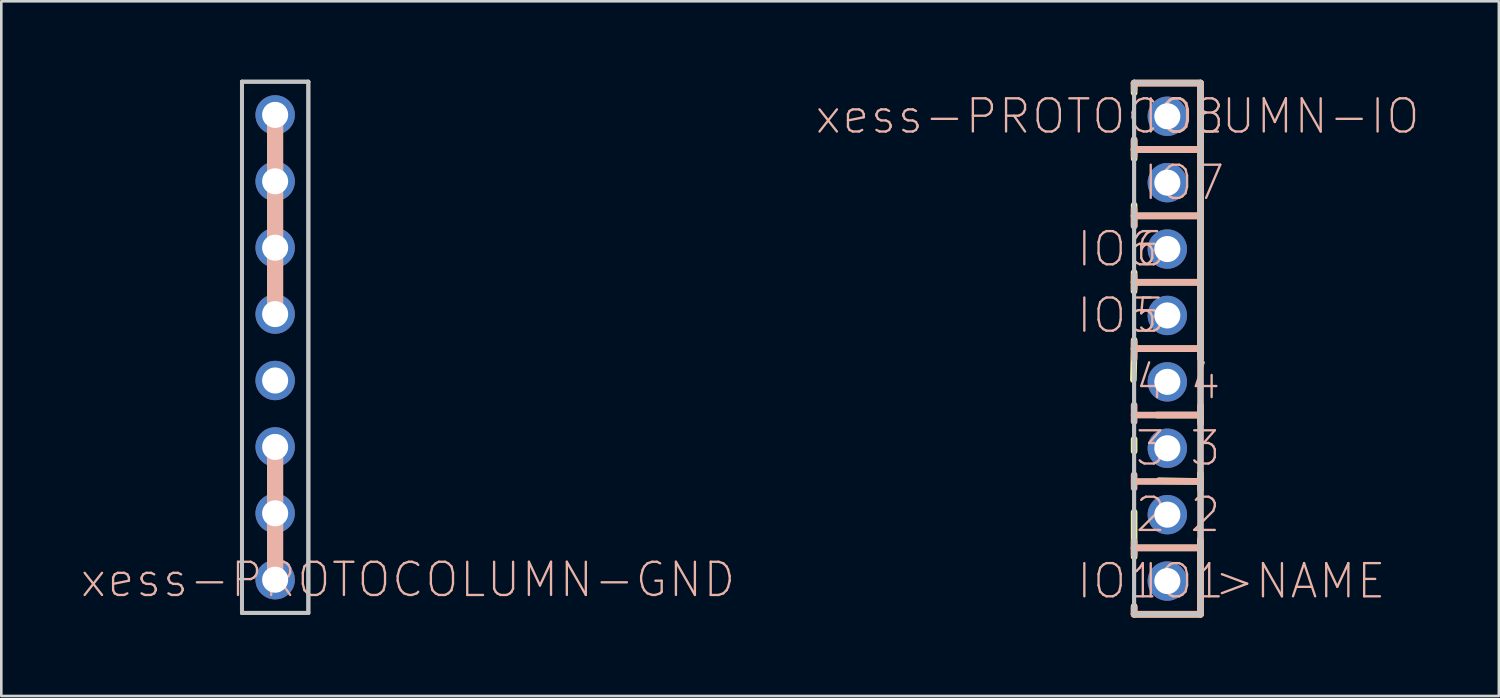
<source format=kicad_pcb>
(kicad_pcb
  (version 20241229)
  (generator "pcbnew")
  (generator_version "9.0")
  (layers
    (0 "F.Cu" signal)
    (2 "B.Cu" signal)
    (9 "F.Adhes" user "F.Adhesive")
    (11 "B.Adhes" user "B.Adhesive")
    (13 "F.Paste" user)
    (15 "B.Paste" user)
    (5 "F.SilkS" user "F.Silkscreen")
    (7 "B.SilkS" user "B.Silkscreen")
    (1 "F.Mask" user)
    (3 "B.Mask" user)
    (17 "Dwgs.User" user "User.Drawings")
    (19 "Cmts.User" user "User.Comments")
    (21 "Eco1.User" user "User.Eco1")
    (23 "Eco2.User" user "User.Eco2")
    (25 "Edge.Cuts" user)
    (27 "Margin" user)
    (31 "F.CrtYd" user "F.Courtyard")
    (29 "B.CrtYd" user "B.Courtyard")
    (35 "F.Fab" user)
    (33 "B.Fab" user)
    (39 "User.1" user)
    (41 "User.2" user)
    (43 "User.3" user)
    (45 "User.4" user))
  (footprint "xess-PROTOCOLUMN-GND"
    (layer "F.Cu")
    (at 7.475 11.505)
    (property "Reference" "xess-PROTOCOLUMN-GND" (at 5.08 7.62 0) (layer "B.SilkS") (effects (font (size 1.27 1.27) (thickness 0.089))))
    (attr exclude_from_pos_files exclude_from_bom)
    (fp_line (start 0 -10.16) (end 0 -2.54) (stroke (width 0.61) (type solid)) (layer "F.SilkS"))
    (fp_line (start 0 2.54) (end 0 7.62) (stroke (width 0.61) (type solid)) (layer "F.SilkS"))
    (fp_line (start 0 -10.16) (end 0 -2.54) (stroke (width 0.61) (type solid)) (layer "B.SilkS"))
    (fp_line (start 0 2.54) (end 0 7.62) (stroke (width 0.61) (type solid)) (layer "B.SilkS"))
    (fp_line (start -1.27 -11.43) (end 1.27 -11.43) (stroke (width 0.15) (type solid)) (layer "Dwgs.User"))
    (fp_line (start -1.27 -11.43) (end 1.27 -11.43) (stroke (width 0.15) (type solid)) (layer "Dwgs.User"))
    (fp_line (start -1.27 8.89) (end -1.27 -11.43) (stroke (width 0.15) (type solid)) (layer "Dwgs.User"))
    (fp_line (start -1.27 8.89) (end -1.27 -11.43) (stroke (width 0.15) (type solid)) (layer "Dwgs.User"))
    (fp_line (start 1.27 -11.43) (end 1.27 8.89) (stroke (width 0.15) (type solid)) (layer "Dwgs.User"))
    (fp_line (start 1.27 -11.43) (end 1.27 8.89) (stroke (width 0.15) (type solid)) (layer "Dwgs.User"))
    (fp_line (start 1.27 8.89) (end -1.27 8.89) (stroke (width 0.15) (type solid)) (layer "Dwgs.User"))
    (fp_line (start 1.27 8.89) (end -1.27 8.89) (stroke (width 0.15) (type solid)) (layer "Dwgs.User"))
    (pad "P1" thru_hole circle (at 0 -10.16) (size 1.506 1.506) (drill 0.998) (layers "*.Cu" "*.Mask"))
    (pad "P2" thru_hole circle (at 0 -7.62) (size 1.506 1.506) (drill 0.998) (layers "*.Cu" "*.Mask"))
    (pad "P3" thru_hole circle (at 0 -5.08) (size 1.506 1.506) (drill 0.998) (layers "*.Cu" "*.Mask"))
    (pad "P4" thru_hole circle (at 0 -2.54) (size 1.506 1.506) (drill 0.998) (layers "*.Cu" "*.Mask"))
    (pad "P5" thru_hole circle (at 0 2.54) (size 1.506 1.506) (drill 0.998) (layers "*.Cu" "*.Mask"))
    (pad "P6" thru_hole circle (at 0 5.08) (size 1.506 1.506) (drill 0.998) (layers "*.Cu" "*.Mask"))
    (pad "P7" thru_hole circle (at 0 7.62) (size 1.506 1.506) (drill 0.998) (layers "*.Cu" "*.Mask"))
    (pad "PGND" thru_hole circle (at 0 0) (size 1.506 1.506) (drill 0.998) (layers "*.Cu" "*.Mask")))
  (footprint "xess-PROTOCOLUMN-IO"
    (layer "F.Cu")
    (at 41.603 11.557)
    (property "Reference" "xess-PROTOCOLUMN-IO" (at -1.905 -10.16 0) (layer "B.SilkS") (effects (font (size 1.27 1.27) (thickness 0.089))))
    (attr exclude_from_pos_files exclude_from_bom)
    (fp_line (start -1.298 -0.081) (end -1.27 -1.27) (stroke (width 0.254) (type solid)) (layer "F.SilkS"))
    (fp_line (start -1.27 -11.43) (end -1.27 -11.057) (stroke (width 0.254) (type solid)) (layer "F.SilkS"))
    (fp_line (start -1.27 -11.43) (end 1.27 -11.43) (stroke (width 0.254) (type solid)) (layer "F.SilkS"))
    (fp_line (start -1.27 -9.228) (end -1.27 -8.89) (stroke (width 0.254) (type solid)) (layer "F.SilkS"))
    (fp_line (start -1.27 -8.89) (end -1.27 -8.542) (stroke (width 0.254) (type solid)) (layer "F.SilkS"))
    (fp_line (start -1.27 -8.89) (end 1.27 -8.89) (stroke (width 0.254) (type solid)) (layer "F.SilkS"))
    (fp_line (start -1.27 -6.761) (end -1.27 -6.35) (stroke (width 0.254) (type solid)) (layer "F.SilkS"))
    (fp_line (start -1.27 -6.35) (end -1.27 -5.959) (stroke (width 0.254) (type solid)) (layer "F.SilkS"))
    (fp_line (start -1.27 -6.35) (end 1.27 -6.35) (stroke (width 0.254) (type solid)) (layer "F.SilkS"))
    (fp_line (start -1.27 -4.183) (end -1.27 -3.81) (stroke (width 0.254) (type solid)) (layer "F.SilkS"))
    (fp_line (start -1.27 -3.81) (end -1.273 -3.47) (stroke (width 0.254) (type solid)) (layer "F.SilkS"))
    (fp_line (start -1.27 -3.81) (end 1.27 -3.81) (stroke (width 0.254) (type solid)) (layer "F.SilkS"))
    (fp_line (start -1.27 -1.595) (end -1.27 -1.27) (stroke (width 0.254) (type solid)) (layer "F.SilkS"))
    (fp_line (start -1.27 -1.27) (end 1.27 -1.27) (stroke (width 0.254) (type solid)) (layer "F.SilkS"))
    (fp_line (start -1.27 2.654) (end -1.27 2.195) (stroke (width 0.254) (type solid)) (layer "F.SilkS"))
    (fp_line (start -1.27 6.35) (end -1.27 4.983) (stroke (width 0.254) (type solid)) (layer "F.SilkS"))
    (fp_line (start -1.27 6.35) (end -1.27 6.69) (stroke (width 0.254) (type solid)) (layer "F.SilkS"))
    (fp_line (start -1.27 6.35) (end 1.27 6.35) (stroke (width 0.254) (type solid)) (layer "F.SilkS"))
    (fp_line (start -1.27 8.585) (end -1.27 8.89) (stroke (width 0.254) (type solid)) (layer "F.SilkS"))
    (fp_line (start -0.404 1.27) (end 1.27 1.27) (stroke (width 0.254) (type solid)) (layer "F.SilkS"))
    (fp_line (start -0.323 3.782) (end 1.27 3.81) (stroke (width 0.254) (type solid)) (layer "F.SilkS"))
    (fp_line (start 1.265 3.508) (end 1.27 3.81) (stroke (width 0.254) (type solid)) (layer "F.SilkS"))
    (fp_line (start 1.265 6.038) (end 1.27 6.35) (stroke (width 0.254) (type solid)) (layer "F.SilkS"))
    (fp_line (start 1.27 -11.43) (end 1.27 -8.89) (stroke (width 0.254) (type solid)) (layer "F.SilkS"))
    (fp_line (start 1.27 -8.89) (end 1.27 -6.35) (stroke (width 0.254) (type solid)) (layer "F.SilkS"))
    (fp_line (start 1.27 -6.35) (end 1.27 -3.81) (stroke (width 0.254) (type solid)) (layer "F.SilkS"))
    (fp_line (start 1.27 -3.81) (end 1.27 -1.27) (stroke (width 0.254) (type solid)) (layer "F.SilkS"))
    (fp_line (start 1.27 -1.27) (end 1.27 -0.884) (stroke (width 0.254) (type solid)) (layer "F.SilkS"))
    (fp_line (start 1.27 0.925) (end 1.27 1.27) (stroke (width 0.254) (type solid)) (layer "F.SilkS"))
    (fp_line (start 1.27 1.27) (end 1.273 1.593) (stroke (width 0.254) (type solid)) (layer "F.SilkS"))
    (fp_line (start 1.27 3.81) (end 1.27 4.122) (stroke (width 0.254) (type solid)) (layer "F.SilkS"))
    (fp_line (start 1.27 6.35) (end 1.27 8.89) (stroke (width 0.254) (type solid)) (layer "F.SilkS"))
    (fp_line (start 1.27 8.89) (end -1.27 8.89) (stroke (width 0.254) (type solid)) (layer "F.SilkS"))
    (fp_line (start -1.27 -11.43) (end -1.27 -11.176) (stroke (width 0.254) (type solid)) (layer "B.SilkS"))
    (fp_line (start -1.27 -11.43) (end 1.27 -11.43) (stroke (width 0.254) (type solid)) (layer "B.SilkS"))
    (fp_line (start -1.27 -9.271) (end -1.27 -8.89) (stroke (width 0.254) (type solid)) (layer "B.SilkS"))
    (fp_line (start -1.27 -8.89) (end -1.27 -8.636) (stroke (width 0.254) (type solid)) (layer "B.SilkS"))
    (fp_line (start -1.27 -6.604) (end -1.27 -5.969) (stroke (width 0.254) (type solid)) (layer "B.SilkS"))
    (fp_line (start -1.27 -6.35) (end 1.27 -6.35) (stroke (width 0.254) (type solid)) (layer "B.SilkS"))
    (fp_line (start -1.27 -4.064) (end -1.27 -3.556) (stroke (width 0.254) (type solid)) (layer "B.SilkS"))
    (fp_line (start -1.27 -3.81) (end 1.27 -3.81) (stroke (width 0.254) (type solid)) (layer "B.SilkS"))
    (fp_line (start -1.27 -1.524) (end -1.27 -0.889) (stroke (width 0.254) (type solid)) (layer "B.SilkS"))
    (fp_line (start -1.27 -1.27) (end 1.27 -1.27) (stroke (width 0.254) (type solid)) (layer "B.SilkS"))
    (fp_line (start -1.27 0.889) (end -1.27 1.524) (stroke (width 0.254) (type solid)) (layer "B.SilkS"))
    (fp_line (start -1.27 1.27) (end 1.27 1.27) (stroke (width 0.254) (type solid)) (layer "B.SilkS"))
    (fp_line (start -1.27 3.556) (end -1.27 4.064) (stroke (width 0.254) (type solid)) (layer "B.SilkS"))
    (fp_line (start -1.27 3.81) (end 1.27 3.81) (stroke (width 0.254) (type solid)) (layer "B.SilkS"))
    (fp_line (start -1.27 6.096) (end -1.27 6.604) (stroke (width 0.254) (type solid)) (layer "B.SilkS"))
    (fp_line (start -1.27 6.35) (end 1.27 6.35) (stroke (width 0.254) (type solid)) (layer "B.SilkS"))
    (fp_line (start -1.27 8.636) (end -1.27 8.89) (stroke (width 0.254) (type solid)) (layer "B.SilkS"))
    (fp_line (start -1.27 8.89) (end 1.27 8.89) (stroke (width 0.254) (type solid)) (layer "B.SilkS"))
    (fp_line (start 1.27 -11.43) (end 1.27 -8.89) (stroke (width 0.254) (type solid)) (layer "B.SilkS"))
    (fp_line (start 1.27 -8.89) (end -1.27 -8.89) (stroke (width 0.254) (type solid)) (layer "B.SilkS"))
    (fp_line (start 1.27 -6.35) (end 1.27 -8.89) (stroke (width 0.254) (type solid)) (layer "B.SilkS"))
    (fp_line (start 1.27 -3.81) (end 1.27 -6.35) (stroke (width 0.254) (type solid)) (layer "B.SilkS"))
    (fp_line (start 1.27 -1.27) (end 1.27 -3.81) (stroke (width 0.254) (type solid)) (layer "B.SilkS"))
    (fp_line (start 1.27 1.27) (end 1.27 -1.27) (stroke (width 0.254) (type solid)) (layer "B.SilkS"))
    (fp_line (start 1.27 3.81) (end 1.27 1.27) (stroke (width 0.254) (type solid)) (layer "B.SilkS"))
    (fp_line (start 1.27 6.35) (end 1.27 3.81) (stroke (width 0.254) (type solid)) (layer "B.SilkS"))
    (fp_line (start 1.27 8.89) (end 1.27 6.35) (stroke (width 0.254) (type solid)) (layer "B.SilkS"))
    (fp_line (start -1.27 -11.43) (end 1.27 -11.43) (stroke (width 0.15) (type solid)) (layer "Dwgs.User"))
    (fp_line (start -1.27 -11.43) (end 1.27 -11.43) (stroke (width 0.15) (type solid)) (layer "Dwgs.User"))
    (fp_line (start -1.27 8.89) (end -1.27 -11.43) (stroke (width 0.15) (type solid)) (layer "Dwgs.User"))
    (fp_line (start -1.27 8.89) (end -1.27 -11.43) (stroke (width 0.15) (type solid)) (layer "Dwgs.User"))
    (fp_line (start 1.27 -11.43) (end 1.27 8.89) (stroke (width 0.15) (type solid)) (layer "Dwgs.User"))
    (fp_line (start 1.27 -11.43) (end 1.27 8.89) (stroke (width 0.15) (type solid)) (layer "Dwgs.User"))
    (fp_line (start 1.27 8.89) (end -1.27 8.89) (stroke (width 0.15) (type solid)) (layer "Dwgs.User"))
    (fp_line (start 1.27 8.89) (end -1.27 8.89) (stroke (width 0.15) (type solid)) (layer "Dwgs.User"))
    (fp_text user "5" (at -0.635 -2.54 0) (layer "B.SilkS") (effects (font (size 1.27 1.27) (thickness 0.089))))
    (fp_text user "2" (at -0.635 5.08 0) (layer "B.SilkS") (effects (font (size 1.27 1.27) (thickness 0.089))))
    (fp_text user ">NAME" (at 5.08 7.62 0) (layer "B.SilkS") (effects (font (size 1.27 1.27) (thickness 0.089))))
    (fp_text user "3" (at 1.453 2.54 0) (layer "B.SilkS") (effects (font (size 1.27 1.27) (thickness 0.089))))
    (fp_text user "IO8" (at 0.635 -10.16 0) (layer "B.SilkS") (effects (font (size 1.27 1.27) (thickness 0.089))))
    (fp_text user "4" (at -0.635 0 0) (layer "B.SilkS") (effects (font (size 1.27 1.27) (thickness 0.089))))
    (fp_text user "IO6" (at -1.905 -5.08 0) (layer "B.SilkS") (effects (font (size 1.27 1.27) (thickness 0.089))))
    (fp_text user "IO1" (at -1.905 7.62 0) (layer "B.SilkS") (effects (font (size 1.27 1.27) (thickness 0.089))))
    (fp_text user "IO1" (at 0.635 7.62 0) (layer "B.SilkS") (effects (font (size 1.27 1.27) (thickness 0.089))))
    (fp_text user "2" (at 1.453 5.08 0) (layer "B.SilkS") (effects (font (size 1.27 1.27) (thickness 0.089))))
    (fp_text user "3" (at -0.635 2.54 0) (layer "B.SilkS") (effects (font (size 1.27 1.27) (thickness 0.089))))
    (fp_text user "IO7" (at 0.635 -7.62 0) (layer "B.SilkS") (effects (font (size 1.27 1.27) (thickness 0.089))))
    (fp_text user "4" (at 1.453 0 0) (layer "B.SilkS") (effects (font (size 1.27 1.27) (thickness 0.089))))
    (fp_text user "6" (at -0.635 -5.08 0) (layer "B.SilkS") (effects (font (size 1.27 1.27) (thickness 0.089))))
    (fp_text user "IO5" (at -1.905 -2.54 0) (layer "B.SilkS") (effects (font (size 1.27 1.27) (thickness 0.089))))
    (pad "IO1" thru_hole circle (at 0 7.62) (size 1.506 1.506) (drill 0.998) (layers "*.Cu" "*.Mask"))
    (pad "IO2" thru_hole circle (at 0 5.08) (size 1.506 1.506) (drill 0.998) (layers "*.Cu" "*.Mask"))
    (pad "IO3" thru_hole circle (at 0 2.54) (size 1.506 1.506) (drill 0.998) (layers "*.Cu" "*.Mask"))
    (pad "IO4" thru_hole circle (at 0 0) (size 1.506 1.506) (drill 0.998) (layers "*.Cu" "*.Mask"))
    (pad "IO5" thru_hole circle (at 0 -2.54) (size 1.506 1.506) (drill 0.998) (layers "*.Cu" "*.Mask"))
    (pad "IO6" thru_hole circle (at 0 -5.08) (size 1.506 1.506) (drill 0.998) (layers "*.Cu" "*.Mask"))
    (pad "IO7" thru_hole circle (at 0 -7.62) (size 1.506 1.506) (drill 0.998) (layers "*.Cu" "*.Mask"))
    (pad "IO8" thru_hole circle (at 0 -10.16) (size 1.506 1.506) (drill 0.998) (layers "*.Cu" "*.Mask")))
  (gr_rect
    (start -3 -3)
    (end 54.285 23.574)
    (stroke (width 0.1) (type default))
    (fill no)
    (layer "Edge.Cuts")))
</source>
